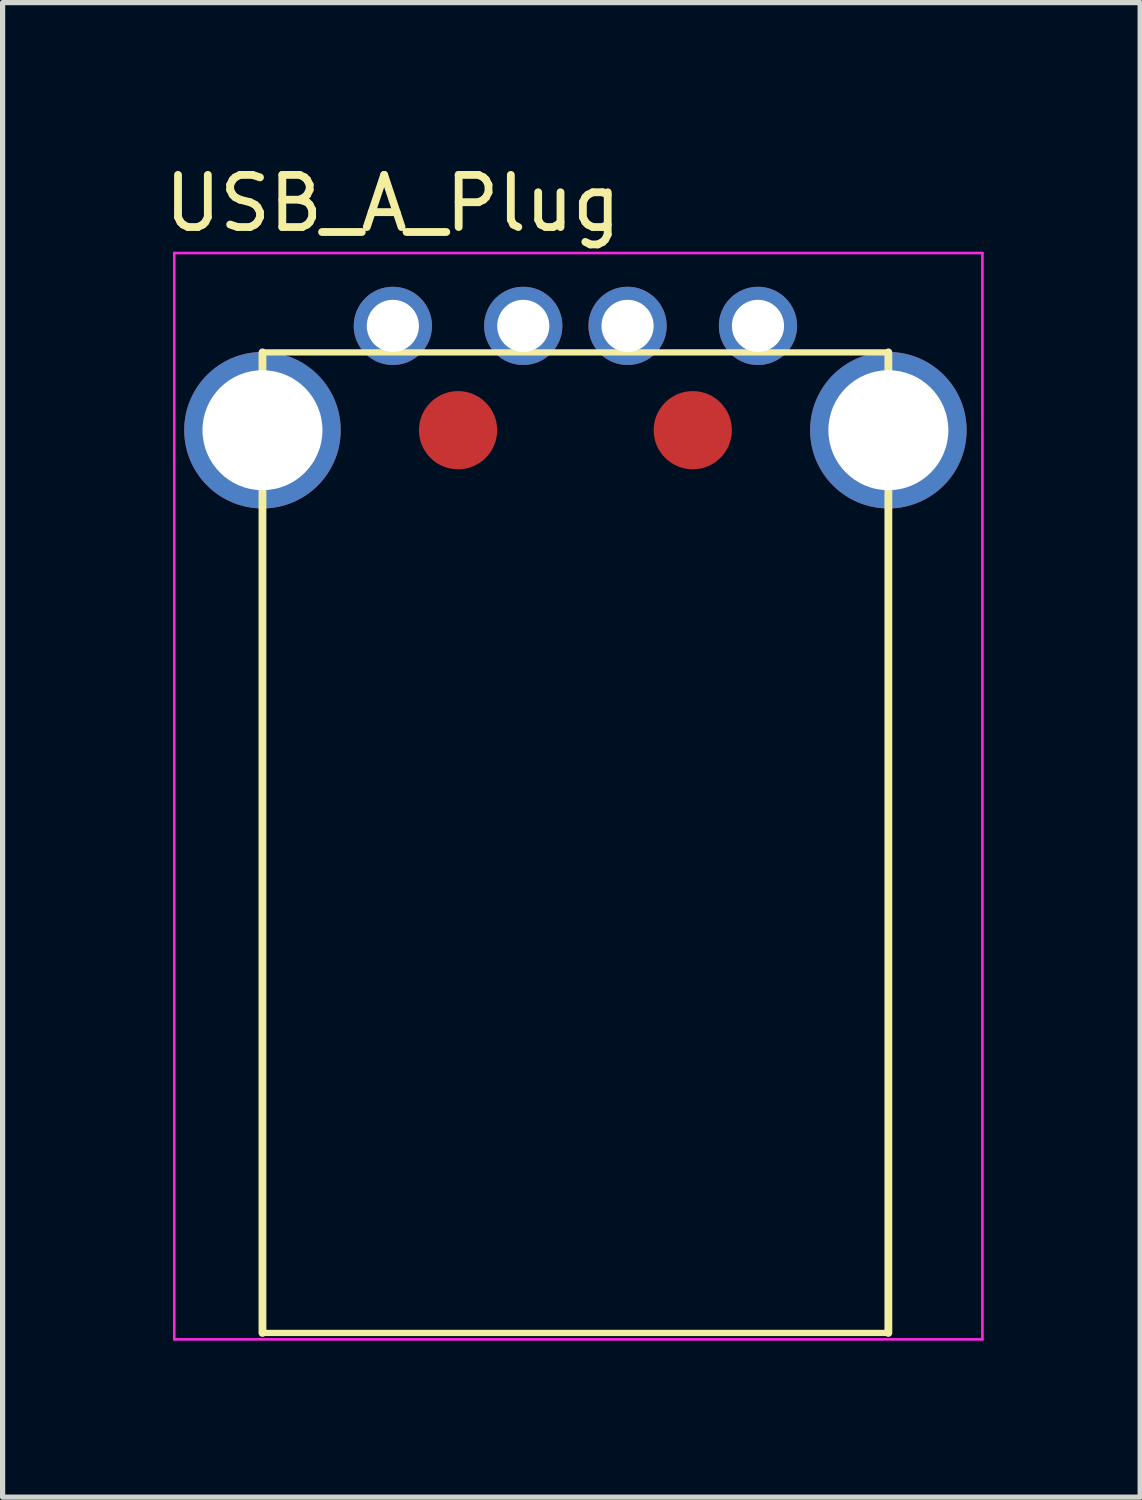
<source format=kicad_pcb>
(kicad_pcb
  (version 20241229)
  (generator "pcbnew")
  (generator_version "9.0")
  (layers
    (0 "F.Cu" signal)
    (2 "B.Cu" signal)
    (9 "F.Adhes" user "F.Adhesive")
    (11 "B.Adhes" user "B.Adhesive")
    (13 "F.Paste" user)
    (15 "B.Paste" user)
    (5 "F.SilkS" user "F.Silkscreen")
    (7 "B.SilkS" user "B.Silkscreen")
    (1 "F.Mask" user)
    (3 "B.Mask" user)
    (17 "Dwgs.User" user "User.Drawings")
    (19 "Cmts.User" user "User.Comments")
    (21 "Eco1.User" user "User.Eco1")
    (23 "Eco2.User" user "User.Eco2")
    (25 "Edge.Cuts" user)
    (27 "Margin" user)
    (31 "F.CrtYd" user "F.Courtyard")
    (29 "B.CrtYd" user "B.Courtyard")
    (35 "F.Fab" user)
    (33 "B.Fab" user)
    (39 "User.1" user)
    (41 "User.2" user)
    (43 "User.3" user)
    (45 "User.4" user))
  (footprint "USB_A_Plug"
    (layer "F.Cu")
    (at 4.482 3.198)
    (property "Reference" "USB_A_Plug" (at 0 -2.35 0) (layer "F.SilkS") (effects (font (size 1 1) (thickness 0.15))))
    (attr through_hole)
    (fp_line (start -2.5 0.508) (end -2.5 19.308) (stroke (width 0.15) (type solid)) (layer "F.SilkS"))
    (fp_line (start -2.5 0.508) (end 9.5 0.508) (stroke (width 0.12) (type solid)) (layer "F.SilkS"))
    (fp_line (start -2.5 19.308) (end 9.5 19.308) (stroke (width 0.12) (type solid)) (layer "F.SilkS"))
    (fp_line (start 9.5 0.508) (end 9.5 19.308) (stroke (width 0.15) (type solid)) (layer "F.SilkS"))
    (fp_line (start -4.191 -1.397) (end 11.303 -1.397) (stroke (width 0.05) (type solid)) (layer "F.CrtYd"))
    (fp_line (start -4.191 19.431) (end -4.191 -1.397) (stroke (width 0.05) (type solid)) (layer "F.CrtYd"))
    (fp_line (start -4.191 19.431) (end 11.303 19.431) (stroke (width 0.05) (type solid)) (layer "F.CrtYd"))
    (fp_line (start 11.303 -1.397) (end 11.303 19.431) (stroke (width 0.05) (type solid)) (layer "F.CrtYd"))
    (pad "1" thru_hole circle (at 7 0 270) (size 1.5 1.5) (drill 1) (layers "*.Cu" "*.Mask"))
    (pad "2" thru_hole circle (at 4.5 0 270) (size 1.5 1.5) (drill 1) (layers "*.Cu" "*.Mask"))
    (pad "3" thru_hole circle (at 2.5 0 270) (size 1.5 1.5) (drill 1) (layers "*.Cu" "*.Mask"))
    (pad "4" thru_hole circle (at 0 0 270) (size 1.5 1.5) (drill 1) (layers "*.Cu" "*.Mask"))
    (pad "5" thru_hole circle (at -2.5 2 270) (size 3 3) (drill 2.3) (layers "*.Cu" "*.Mask"))
    (pad "5" smd circle (at 1.25 2 270) (size 1.5 1.5) (layers "F.Cu" "F.Mask" "F.Paste"))
    (pad "5" smd circle (at 5.75 2 270) (size 1.5 1.5) (layers "F.Cu" "F.Mask" "F.Paste"))
    (pad "5" thru_hole circle (at 9.5 2 270) (size 3 3) (drill 2.3) (layers "*.Cu" "*.Mask")))
  (gr_rect
    (start -3 -3)
    (end 18.81 25.654)
    (stroke (width 0.1) (type default))
    (fill no)
    (layer "Edge.Cuts")))
</source>
